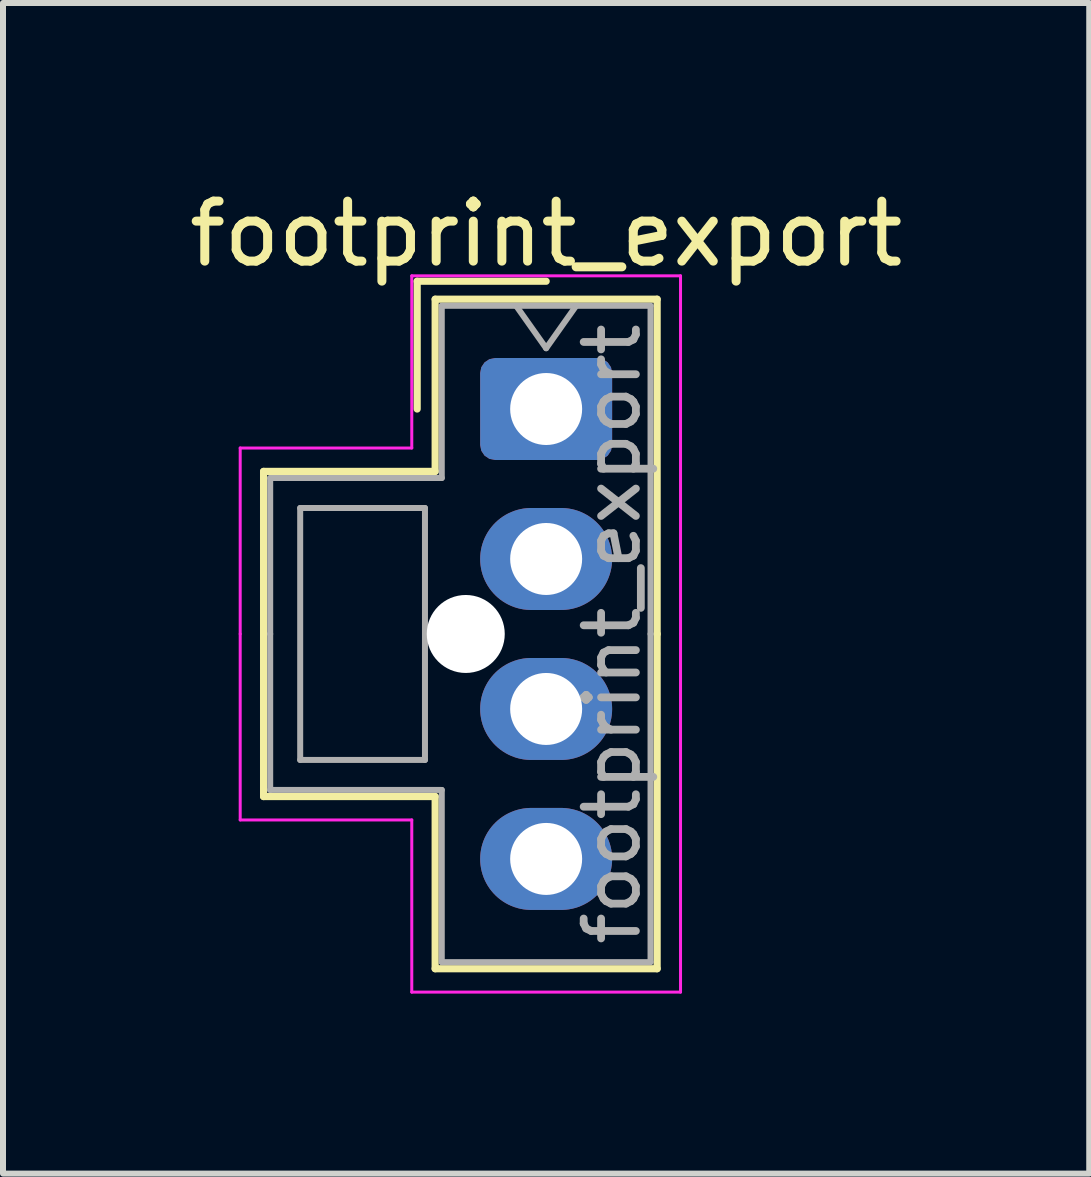
<source format=kicad_pcb>
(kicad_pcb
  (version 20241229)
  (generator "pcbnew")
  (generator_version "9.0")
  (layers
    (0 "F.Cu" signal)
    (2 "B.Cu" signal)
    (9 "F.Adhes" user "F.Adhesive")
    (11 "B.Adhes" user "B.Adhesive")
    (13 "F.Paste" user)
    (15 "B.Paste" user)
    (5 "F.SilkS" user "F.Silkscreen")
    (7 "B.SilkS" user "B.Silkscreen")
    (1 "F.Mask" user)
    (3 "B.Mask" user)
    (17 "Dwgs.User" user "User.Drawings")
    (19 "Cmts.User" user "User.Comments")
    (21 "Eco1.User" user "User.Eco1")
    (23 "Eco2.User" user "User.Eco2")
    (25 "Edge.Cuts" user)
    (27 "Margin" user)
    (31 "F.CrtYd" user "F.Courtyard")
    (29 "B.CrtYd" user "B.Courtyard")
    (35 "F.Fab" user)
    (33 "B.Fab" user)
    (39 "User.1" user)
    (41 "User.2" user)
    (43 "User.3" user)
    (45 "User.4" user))
  (footprint "footprint_export"
    (layer "F.Cu")
    (at 6.054 3.768)
    (property "Reference" "footprint_export" (at 0 -2.92 0) (layer "F.SilkS") (effects (font (size 1 1) (thickness 0.15))))
    (attr through_hole)
    (fp_line (start -4.71 1.04) (end -4.71 3.75) (stroke (width 0.12) (type solid)) (layer "F.SilkS"))
    (fp_line (start -4.71 6.46) (end -4.71 3.75) (stroke (width 0.12) (type solid)) (layer "F.SilkS"))
    (fp_line (start -2.15 -2.13) (end -2.15 0) (stroke (width 0.12) (type solid)) (layer "F.SilkS"))
    (fp_line (start -1.85 -1.83) (end -1.85 1.04) (stroke (width 0.12) (type solid)) (layer "F.SilkS"))
    (fp_line (start -1.85 1.04) (end -4.71 1.04) (stroke (width 0.12) (type solid)) (layer "F.SilkS"))
    (fp_line (start -1.85 6.46) (end -4.71 6.46) (stroke (width 0.12) (type solid)) (layer "F.SilkS"))
    (fp_line (start -1.85 9.33) (end -1.85 6.46) (stroke (width 0.12) (type solid)) (layer "F.SilkS"))
    (fp_line (start 0 -2.13) (end -2.15 -2.13) (stroke (width 0.12) (type solid)) (layer "F.SilkS"))
    (fp_line (start 1.85 -1.83) (end -1.85 -1.83) (stroke (width 0.12) (type solid)) (layer "F.SilkS"))
    (fp_line (start 1.85 3.75) (end 1.85 -1.83) (stroke (width 0.12) (type solid)) (layer "F.SilkS"))
    (fp_line (start 1.85 3.75) (end 1.85 9.33) (stroke (width 0.12) (type solid)) (layer "F.SilkS"))
    (fp_line (start 1.85 9.33) (end -1.85 9.33) (stroke (width 0.12) (type solid)) (layer "F.SilkS"))
    (fp_line (start -5.1 0.65) (end -5.1 3.75) (stroke (width 0.05) (type solid)) (layer "F.CrtYd"))
    (fp_line (start -5.1 6.85) (end -5.1 3.75) (stroke (width 0.05) (type solid)) (layer "F.CrtYd"))
    (fp_line (start -2.24 -2.22) (end -2.24 0.65) (stroke (width 0.05) (type solid)) (layer "F.CrtYd"))
    (fp_line (start -2.24 0.65) (end -5.1 0.65) (stroke (width 0.05) (type solid)) (layer "F.CrtYd"))
    (fp_line (start -2.24 6.85) (end -5.1 6.85) (stroke (width 0.05) (type solid)) (layer "F.CrtYd"))
    (fp_line (start -2.24 9.72) (end -2.24 6.85) (stroke (width 0.05) (type solid)) (layer "F.CrtYd"))
    (fp_line (start 2.24 -2.22) (end -2.24 -2.22) (stroke (width 0.05) (type solid)) (layer "F.CrtYd"))
    (fp_line (start 2.24 3.75) (end 2.24 -2.22) (stroke (width 0.05) (type solid)) (layer "F.CrtYd"))
    (fp_line (start 2.24 3.75) (end 2.24 9.72) (stroke (width 0.05) (type solid)) (layer "F.CrtYd"))
    (fp_line (start 2.24 9.72) (end -2.24 9.72) (stroke (width 0.05) (type solid)) (layer "F.CrtYd"))
    (fp_line (start -4.6 1.15) (end -4.6 3.75) (stroke (width 0.1) (type solid)) (layer "F.Fab"))
    (fp_line (start -4.6 6.35) (end -4.6 3.75) (stroke (width 0.1) (type solid)) (layer "F.Fab"))
    (fp_line (start -4.1 1.65) (end -4.1 5.85) (stroke (width 0.1) (type solid)) (layer "F.Fab"))
    (fp_line (start -4.1 5.85) (end -2.02 5.85) (stroke (width 0.1) (type solid)) (layer "F.Fab"))
    (fp_line (start -2.02 1.65) (end -4.1 1.65) (stroke (width 0.1) (type solid)) (layer "F.Fab"))
    (fp_line (start -2.02 5.85) (end -2.02 1.65) (stroke (width 0.1) (type solid)) (layer "F.Fab"))
    (fp_line (start -1.74 -1.72) (end -1.74 1.15) (stroke (width 0.1) (type solid)) (layer "F.Fab"))
    (fp_line (start -1.74 1.15) (end -4.6 1.15) (stroke (width 0.1) (type solid)) (layer "F.Fab"))
    (fp_line (start -1.74 6.35) (end -4.6 6.35) (stroke (width 0.1) (type solid)) (layer "F.Fab"))
    (fp_line (start -1.74 9.22) (end -1.74 6.35) (stroke (width 0.1) (type solid)) (layer "F.Fab"))
    (fp_line (start -0.5 -1.72) (end 0 -1.013) (stroke (width 0.1) (type solid)) (layer "F.Fab"))
    (fp_line (start 0 -1.013) (end 0.5 -1.72) (stroke (width 0.1) (type solid)) (layer "F.Fab"))
    (fp_line (start 1.74 -1.72) (end -1.74 -1.72) (stroke (width 0.1) (type solid)) (layer "F.Fab"))
    (fp_line (start 1.74 3.75) (end 1.74 -1.72) (stroke (width 0.1) (type solid)) (layer "F.Fab"))
    (fp_line (start 1.74 3.75) (end 1.74 9.22) (stroke (width 0.1) (type solid)) (layer "F.Fab"))
    (fp_line (start 1.74 9.22) (end -1.74 9.22) (stroke (width 0.1) (type solid)) (layer "F.Fab"))
    (fp_text user "${REFERENCE}" (at 1.1 3.75 90) (layer "F.Fab") (effects (font (size 0.87 0.87) (thickness 0.13))))
    (pad "" np_thru_hole circle (at -1.34 3.75) (size 1.3 1.3) (drill 1.3) (layers "*.Cu" "*.Mask"))
    (pad "1" thru_hole roundrect (at 0 0) (size 2.2 1.7) (drill 1.2) (layers "*.Cu" "*.Mask") (roundrect_rratio 0.147))
    (pad "2" thru_hole oval (at 0 2.5) (size 2.2 1.7) (drill 1.2) (layers "*.Cu" "*.Mask"))
    (pad "3" thru_hole oval (at 0 5) (size 2.2 1.7) (drill 1.2) (layers "*.Cu" "*.Mask"))
    (pad "4" thru_hole oval (at 0 7.5) (size 2.2 1.7) (drill 1.2) (layers "*.Cu" "*.Mask")))
  (gr_rect
    (start -3 -3)
    (end 15.107 16.513)
    (stroke (width 0.1) (type default))
    (fill no)
    (layer "Edge.Cuts")))
</source>
